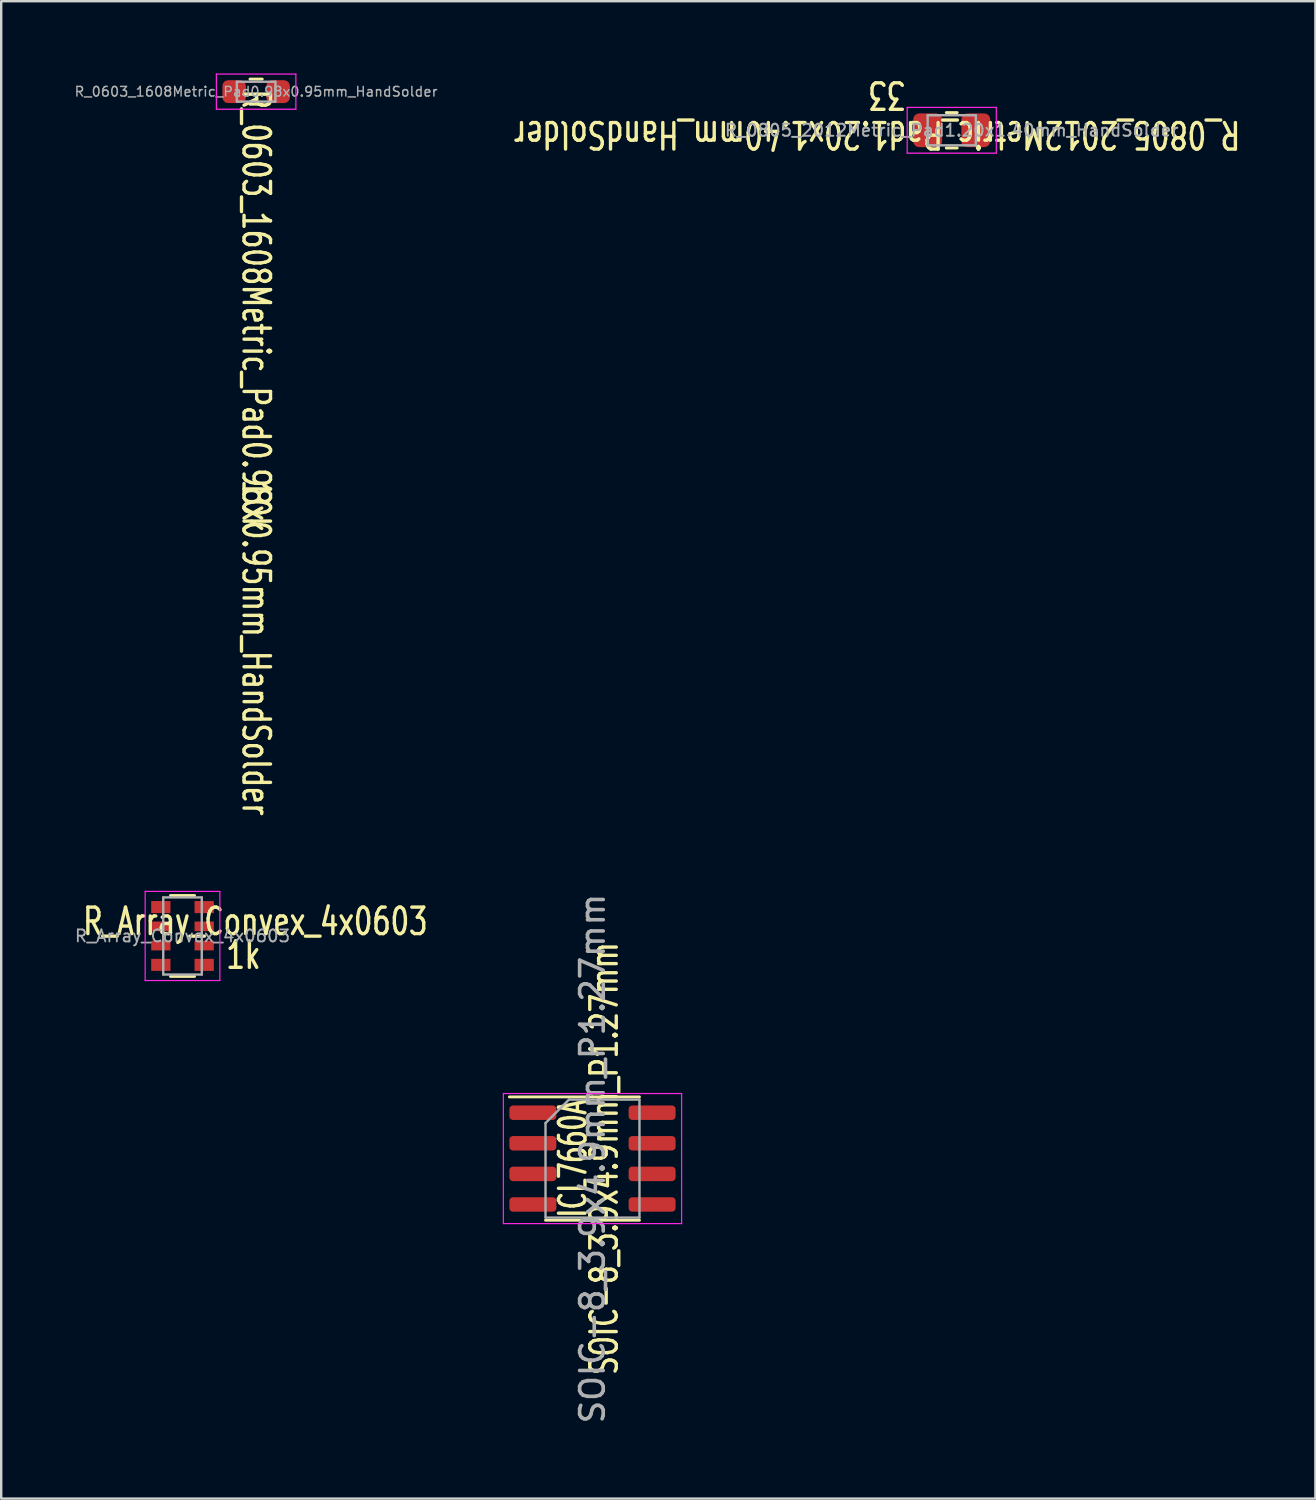
<source format=kicad_pcb>
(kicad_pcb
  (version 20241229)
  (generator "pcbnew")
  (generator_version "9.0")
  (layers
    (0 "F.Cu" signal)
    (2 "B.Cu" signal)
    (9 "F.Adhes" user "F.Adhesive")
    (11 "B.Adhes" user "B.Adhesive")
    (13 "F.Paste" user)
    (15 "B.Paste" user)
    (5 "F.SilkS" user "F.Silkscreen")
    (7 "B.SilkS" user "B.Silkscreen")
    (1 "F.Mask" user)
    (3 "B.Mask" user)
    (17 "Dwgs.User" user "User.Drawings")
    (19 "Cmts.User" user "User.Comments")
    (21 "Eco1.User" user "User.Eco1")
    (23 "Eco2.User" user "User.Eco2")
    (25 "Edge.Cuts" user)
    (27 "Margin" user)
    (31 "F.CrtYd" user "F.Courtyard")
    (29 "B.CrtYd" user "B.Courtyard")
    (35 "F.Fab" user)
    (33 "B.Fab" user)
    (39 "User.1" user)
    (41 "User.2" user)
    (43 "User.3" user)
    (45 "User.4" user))
  (footprint "SOIC-8_3.9x4.9mm_P1.27mm"
    (layer "F.Cu")
    (at 21.548 45.05)
    (property "Reference" "SOIC-8_3.9x4.9mm_P1.27mm" (at 0.485 0 90) (layer "F.SilkS") (effects (font (size 1.1 0.8) (thickness 0.14))))
    (property "Value" "ICL7660A" (at 0.035 6.9 90) (layer "F.Fab") (hide yes) (effects (font (size 1 1) (thickness 0.15))))
    (attr smd)
    (fp_line (start 0 -2.56) (end -3.45 -2.56) (stroke (width 0.12) (type solid)) (layer "F.SilkS"))
    (fp_line (start 0 -2.56) (end 1.95 -2.56) (stroke (width 0.12) (type solid)) (layer "F.SilkS"))
    (fp_line (start 0 2.56) (end -1.95 2.56) (stroke (width 0.12) (type solid)) (layer "F.SilkS"))
    (fp_line (start 0 2.56) (end 1.95 2.56) (stroke (width 0.12) (type solid)) (layer "F.SilkS"))
    (fp_line (start -3.7 -2.7) (end -3.7 2.7) (stroke (width 0.05) (type solid)) (layer "F.CrtYd"))
    (fp_line (start -3.7 2.7) (end 3.7 2.7) (stroke (width 0.05) (type solid)) (layer "F.CrtYd"))
    (fp_line (start 3.7 -2.7) (end -3.7 -2.7) (stroke (width 0.05) (type solid)) (layer "F.CrtYd"))
    (fp_line (start 3.7 2.7) (end 3.7 -2.7) (stroke (width 0.05) (type solid)) (layer "F.CrtYd"))
    (fp_line (start -1.95 -1.475) (end -0.975 -2.45) (stroke (width 0.1) (type solid)) (layer "F.Fab"))
    (fp_line (start -1.95 2.45) (end -1.95 -1.475) (stroke (width 0.1) (type solid)) (layer "F.Fab"))
    (fp_line (start -0.975 -2.45) (end 1.95 -2.45) (stroke (width 0.1) (type solid)) (layer "F.Fab"))
    (fp_line (start 1.95 -2.45) (end 1.95 2.45) (stroke (width 0.1) (type solid)) (layer "F.Fab"))
    (fp_line (start 1.95 2.45) (end -1.95 2.45) (stroke (width 0.1) (type solid)) (layer "F.Fab"))
    (fp_text user "${VALUE}" (at -0.815 0 90) (layer "F.SilkS") (effects (font (size 1.1 0.7) (thickness 0.14))))
    (fp_text user "${REFERENCE}" (at 0 0 90) (layer "F.Fab") (effects (font (size 0.98 0.98) (thickness 0.15))))
    (pad "1" smd roundrect (at -2.475 -1.905) (size 1.95 0.6) (layers "F.Cu" "F.Mask" "F.Paste") (roundrect_rratio 0.25))
    (pad "2" smd roundrect (at -2.475 -0.635) (size 1.95 0.6) (layers "F.Cu" "F.Mask" "F.Paste") (roundrect_rratio 0.25))
    (pad "3" smd roundrect (at -2.475 0.635) (size 1.95 0.6) (layers "F.Cu" "F.Mask" "F.Paste") (roundrect_rratio 0.25))
    (pad "4" smd roundrect (at -2.475 1.905) (size 1.95 0.6) (layers "F.Cu" "F.Mask" "F.Paste") (roundrect_rratio 0.25))
    (pad "5" smd roundrect (at 2.475 1.905) (size 1.95 0.6) (layers "F.Cu" "F.Mask" "F.Paste") (roundrect_rratio 0.25))
    (pad "6" smd roundrect (at 2.475 0.635) (size 1.95 0.6) (layers "F.Cu" "F.Mask" "F.Paste") (roundrect_rratio 0.25))
    (pad "7" smd roundrect (at 2.475 -0.635) (size 1.95 0.6) (layers "F.Cu" "F.Mask" "F.Paste") (roundrect_rratio 0.25))
    (pad "8" smd roundrect (at 2.475 -1.905) (size 1.95 0.6) (layers "F.Cu" "F.Mask" "F.Paste") (roundrect_rratio 0.25)))
  (footprint "R_Array_Convex_4x0603"
    (layer "F.Cu")
    (at 4.527 35.808)
    (property "Reference" "R_Array_Convex_4x0603" (at 3.024 -0.6 0) (unlocked yes) (layer "F.SilkS") (effects (font (size 1.1 0.8) (thickness 0.14))))
    (property "Value" "1k" (at -2.352 0 0) (layer "F.Fab") (hide yes) (effects (font (size 1 1) (thickness 0.15))))
    (attr smd)
    (fp_line (start 0.5 -1.68) (end -0.5 -1.68) (stroke (width 0.12) (type solid)) (layer "F.SilkS"))
    (fp_line (start 0.5 1.68) (end -0.5 1.68) (stroke (width 0.12) (type solid)) (layer "F.SilkS"))
    (fp_line (start -1.55 -1.85) (end -1.55 1.85) (stroke (width 0.05) (type solid)) (layer "F.CrtYd"))
    (fp_line (start -1.55 -1.85) (end 1.55 -1.85) (stroke (width 0.05) (type solid)) (layer "F.CrtYd"))
    (fp_line (start 1.55 1.85) (end -1.55 1.85) (stroke (width 0.05) (type solid)) (layer "F.CrtYd"))
    (fp_line (start 1.55 1.85) (end 1.55 -1.85) (stroke (width 0.05) (type solid)) (layer "F.CrtYd"))
    (fp_line (start -0.8 -1.6) (end 0.8 -1.6) (stroke (width 0.1) (type solid)) (layer "F.Fab"))
    (fp_line (start -0.8 1.6) (end -0.8 -1.6) (stroke (width 0.1) (type solid)) (layer "F.Fab"))
    (fp_line (start 0.8 -1.6) (end 0.8 1.6) (stroke (width 0.1) (type solid)) (layer "F.Fab"))
    (fp_line (start 0.8 1.6) (end -0.8 1.6) (stroke (width 0.1) (type solid)) (layer "F.Fab"))
    (fp_text user "${VALUE}" (at 2.529 0.8 0) (unlocked yes) (layer "F.SilkS") (effects (font (size 1.1 0.8) (thickness 0.14))))
    (fp_text user "${REFERENCE}" (at 0 0 0) (layer "F.Fab") (effects (font (size 0.5 0.5) (thickness 0.075))))
    (pad "1" smd rect (at -0.9 -1.2) (size 0.8 0.5) (layers "F.Cu" "F.Mask" "F.Paste"))
    (pad "2" smd rect (at -0.9 -0.4) (size 0.8 0.4) (layers "F.Cu" "F.Mask" "F.Paste"))
    (pad "3" smd rect (at -0.9 0.4) (size 0.8 0.4) (layers "F.Cu" "F.Mask" "F.Paste"))
    (pad "4" smd rect (at -0.9 1.2) (size 0.8 0.5) (layers "F.Cu" "F.Mask" "F.Paste"))
    (pad "5" smd rect (at 0.9 1.2) (size 0.8 0.5) (layers "F.Cu" "F.Mask" "F.Paste"))
    (pad "6" smd rect (at 0.9 0.4) (size 0.8 0.4) (layers "F.Cu" "F.Mask" "F.Paste"))
    (pad "7" smd rect (at 0.9 -0.4) (size 0.8 0.4) (layers "F.Cu" "F.Mask" "F.Paste"))
    (pad "8" smd rect (at 0.9 -1.2) (size 0.8 0.5) (layers "F.Cu" "F.Mask" "F.Paste")))
  (footprint "R_0805_2012Metric_Pad1.20x1.40mm_HandSolder"
    (layer "F.Cu")
    (at 36.463 2.359)
    (property "Reference" "R_0805_2012Metric_Pad1.20x1.40mm_HandSolder" (at -3.1 0.18 180) (unlocked yes) (layer "F.SilkS") (effects (font (size 1.1 0.8) (thickness 0.14))))
    (property "Value" "33" (at -2.471 0.03 180) (layer "F.Fab") (hide yes) (effects (font (size 1 1) (thickness 0.15))))
    (attr smd)
    (fp_line (start -0.227 -0.735) (end 0.227 -0.735) (stroke (width 0.12) (type solid)) (layer "F.SilkS"))
    (fp_line (start -0.227 0.735) (end 0.227 0.735) (stroke (width 0.12) (type solid)) (layer "F.SilkS"))
    (fp_line (start -1.85 -0.95) (end 1.85 -0.95) (stroke (width 0.05) (type solid)) (layer "F.CrtYd"))
    (fp_line (start -1.85 0.95) (end -1.85 -0.95) (stroke (width 0.05) (type solid)) (layer "F.CrtYd"))
    (fp_line (start 1.85 -0.95) (end 1.85 0.95) (stroke (width 0.05) (type solid)) (layer "F.CrtYd"))
    (fp_line (start 1.85 0.95) (end -1.85 0.95) (stroke (width 0.05) (type solid)) (layer "F.CrtYd"))
    (fp_line (start -1 -0.625) (end 1 -0.625) (stroke (width 0.1) (type solid)) (layer "F.Fab"))
    (fp_line (start -1 0.625) (end -1 -0.625) (stroke (width 0.1) (type solid)) (layer "F.Fab"))
    (fp_line (start 1 -0.625) (end 1 0.625) (stroke (width 0.1) (type solid)) (layer "F.Fab"))
    (fp_line (start 1 0.625) (end -1 0.625) (stroke (width 0.1) (type solid)) (layer "F.Fab"))
    (fp_text user "${VALUE}" (at -2.7 -1.47 180) (unlocked yes) (layer "F.SilkS") (effects (font (size 1.1 0.8) (thickness 0.14))))
    (fp_text user "${REFERENCE}" (at 0 0 180) (layer "F.Fab") (effects (font (size 0.5 0.5) (thickness 0.08))))
    (pad "1" smd roundrect (at -1 0) (size 1.2 1.4) (layers "F.Cu" "F.Mask" "F.Paste") (roundrect_rratio 0.208))
    (pad "2" smd roundrect (at 1 0) (size 1.2 1.4) (layers "F.Cu" "F.Mask" "F.Paste") (roundrect_rratio 0.208)))
  (footprint "R_0603_1608Metric_Pad0.98x0.95mm_HandSolder"
    (layer "F.Cu")
    (at 7.583 0.755)
    (property "Reference" "R_0603_1608Metric_Pad0.98x0.95mm_HandSolder" (at 0 14.981 270) (unlocked yes) (layer "F.SilkS") (effects (font (size 1.1 0.8) (thickness 0.14))))
    (property "Value" "10k" (at 3.4 0 90) (layer "F.Fab") (hide yes) (effects (font (size 1 1) (thickness 0.15))))
    (attr smd)
    (fp_line (start -0.255 -0.522) (end 0.255 -0.522) (stroke (width 0.12) (type solid)) (layer "F.SilkS"))
    (fp_line (start -0.255 0.522) (end 0.255 0.522) (stroke (width 0.12) (type solid)) (layer "F.SilkS"))
    (fp_line (start -1.65 -0.73) (end 1.65 -0.73) (stroke (width 0.05) (type solid)) (layer "F.CrtYd"))
    (fp_line (start -1.65 0.73) (end -1.65 -0.73) (stroke (width 0.05) (type solid)) (layer "F.CrtYd"))
    (fp_line (start 1.65 -0.73) (end 1.65 0.73) (stroke (width 0.05) (type solid)) (layer "F.CrtYd"))
    (fp_line (start 1.65 0.73) (end -1.65 0.73) (stroke (width 0.05) (type solid)) (layer "F.CrtYd"))
    (fp_line (start -0.8 -0.412) (end 0.8 -0.412) (stroke (width 0.1) (type solid)) (layer "F.Fab"))
    (fp_line (start -0.8 0.412) (end -0.8 -0.412) (stroke (width 0.1) (type solid)) (layer "F.Fab"))
    (fp_line (start 0.8 -0.412) (end 0.8 0.412) (stroke (width 0.1) (type solid)) (layer "F.Fab"))
    (fp_line (start 0.8 0.412) (end -0.8 0.412) (stroke (width 0.1) (type solid)) (layer "F.Fab"))
    (fp_text user "${VALUE}" (at 0 17.2 270) (unlocked yes) (layer "F.SilkS") (effects (font (size 1.1 0.8) (thickness 0.14))))
    (fp_text user "${REFERENCE}" (at 0 0 180) (layer "F.Fab") (effects (font (size 0.4 0.4) (thickness 0.06))))
    (pad "1" smd roundrect (at -0.912 0) (size 0.975 0.95) (layers "F.Cu" "F.Mask" "F.Paste") (roundrect_rratio 0.25))
    (pad "2" smd roundrect (at 0.912 0) (size 0.975 0.95) (layers "F.Cu" "F.Mask" "F.Paste") (roundrect_rratio 0.25)))
  (gr_rect
    (start -3 -3)
    (end 51.56 59.167)
    (stroke (width 0.1) (type default))
    (fill no)
    (layer "Edge.Cuts")))
</source>
